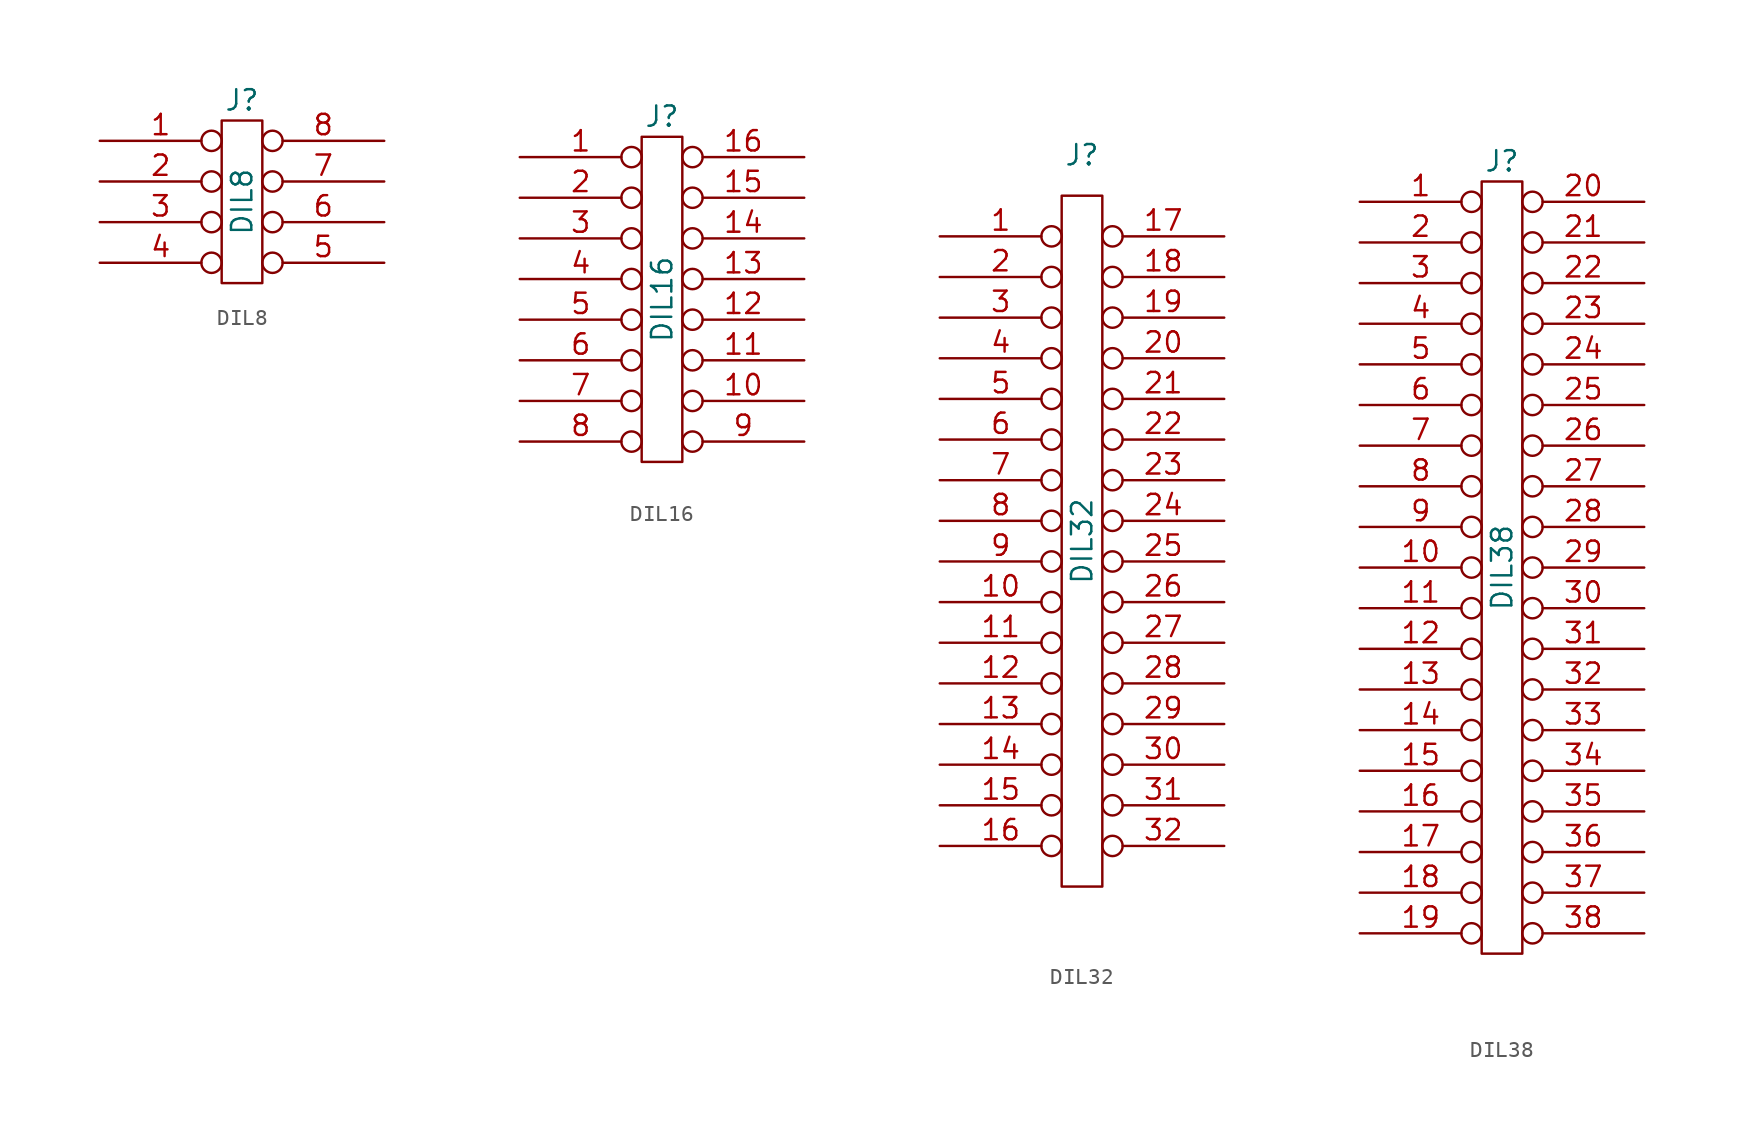
<source format=kicad_sym>
(kicad_symbol_lib
  (version 20211014)
  (generator kicad_symbol_editor)
  (symbol "DIL8"
    (pin_names
      (offset 1.016) hide)
    (property "Reference" "J"
      (at 0 6.35 0)
      (effects (font (size 1.27 1.27))))
    (property "Value" "DIL8"
      (at 0 0 90)
      (effects (font (size 1.27 1.27))))
    (symbol "DIL8_0_1"
      (rectangle (start -1.27 5.08) (end 1.27 -5.08) (stroke (width 0) (type default) (color 0 0 0 0)) (fill (type none))))
    (symbol "DIL8_1_1"
      (pin passive inverted (at -8.89 3.81 0) (length 7.62) (name "P1" (effects (font (size 1.27 1.27)))) (number "1" (effects (font (size 1.27 1.27)))))
      (pin passive inverted (at -8.89 1.27 0) (length 7.62) (name "P2" (effects (font (size 1.27 1.27)))) (number "2" (effects (font (size 1.27 1.27)))))
      (pin passive inverted (at -8.89 -1.27 0) (length 7.62) (name "P3" (effects (font (size 1.27 1.27)))) (number "3" (effects (font (size 1.27 1.27)))))
      (pin passive inverted (at -8.89 -3.81 0) (length 7.62) (name "P4" (effects (font (size 1.27 1.27)))) (number "4" (effects (font (size 1.27 1.27)))))
      (pin passive inverted (at 8.89 -3.81 180) (length 7.62) (name "P5" (effects (font (size 1.27 1.27)))) (number "5" (effects (font (size 1.27 1.27)))))
      (pin passive inverted (at 8.89 -1.27 180) (length 7.62) (name "P6" (effects (font (size 1.27 1.27)))) (number "6" (effects (font (size 1.27 1.27)))))
      (pin passive inverted (at 8.89 1.27 180) (length 7.62) (name "P7" (effects (font (size 1.27 1.27)))) (number "7" (effects (font (size 1.27 1.27)))))
      (pin passive inverted (at 8.89 3.81 180) (length 7.62) (name "P8" (effects (font (size 1.27 1.27)))) (number "8" (effects (font (size 1.27 1.27)))))))
  (symbol "DIL16"
    (pin_names
      (offset 1.016) hide)
    (property "Reference" "J"
      (at 0 11.43 0)
      (effects (font (size 1.27 1.27))))
    (property "Value" "DIL16"
      (at 0 0 90)
      (effects (font (size 1.27 1.27))))
    (symbol "DIL16_0_1"
      (rectangle (start -1.27 10.16) (end 1.27 -10.16) (stroke (width 0) (type default) (color 0 0 0 0)) (fill (type none))))
    (symbol "DIL16_1_1"
      (pin passive inverted (at -8.89 8.89 0) (length 7.62) (name "1" (effects (font (size 1.27 1.27)))) (number "1" (effects (font (size 1.27 1.27)))))
      (pin passive inverted (at 8.89 -6.35 180) (length 7.62) (name "10" (effects (font (size 1.27 1.27)))) (number "10" (effects (font (size 1.27 1.27)))))
      (pin passive inverted (at 8.89 -3.81 180) (length 7.62) (name "11" (effects (font (size 1.27 1.27)))) (number "11" (effects (font (size 1.27 1.27)))))
      (pin passive inverted (at 8.89 -1.27 180) (length 7.62) (name "12" (effects (font (size 1.27 1.27)))) (number "12" (effects (font (size 1.27 1.27)))))
      (pin passive inverted (at 8.89 1.27 180) (length 7.62) (name "13" (effects (font (size 1.27 1.27)))) (number "13" (effects (font (size 1.27 1.27)))))
      (pin passive inverted (at 8.89 3.81 180) (length 7.62) (name "14" (effects (font (size 1.27 1.27)))) (number "14" (effects (font (size 1.27 1.27)))))
      (pin passive inverted (at 8.89 6.35 180) (length 7.62) (name "15" (effects (font (size 1.27 1.27)))) (number "15" (effects (font (size 1.27 1.27)))))
      (pin passive inverted (at 8.89 8.89 180) (length 7.62) (name "16" (effects (font (size 1.27 1.27)))) (number "16" (effects (font (size 1.27 1.27)))))
      (pin passive inverted (at -8.89 6.35 0) (length 7.62) (name "2" (effects (font (size 1.27 1.27)))) (number "2" (effects (font (size 1.27 1.27)))))
      (pin passive inverted (at -8.89 3.81 0) (length 7.62) (name "3" (effects (font (size 1.27 1.27)))) (number "3" (effects (font (size 1.27 1.27)))))
      (pin passive inverted (at -8.89 1.27 0) (length 7.62) (name "4" (effects (font (size 1.27 1.27)))) (number "4" (effects (font (size 1.27 1.27)))))
      (pin passive inverted (at -8.89 -1.27 0) (length 7.62) (name "5" (effects (font (size 1.27 1.27)))) (number "5" (effects (font (size 1.27 1.27)))))
      (pin passive inverted (at -8.89 -3.81 0) (length 7.62) (name "6" (effects (font (size 1.27 1.27)))) (number "6" (effects (font (size 1.27 1.27)))))
      (pin passive inverted (at -8.89 -6.35 0) (length 7.62) (name "7" (effects (font (size 1.27 1.27)))) (number "7" (effects (font (size 1.27 1.27)))))
      (pin passive inverted (at -8.89 -8.89 0) (length 7.62) (name "8" (effects (font (size 1.27 1.27)))) (number "8" (effects (font (size 1.27 1.27)))))
      (pin passive inverted (at 8.89 -8.89 180) (length 7.62) (name "9" (effects (font (size 1.27 1.27)))) (number "9" (effects (font (size 1.27 1.27)))))))
  (symbol "DIL32"
    (pin_names
      (offset 1.016) hide)
    (property "Reference" "J"
      (at 0 24.13 0)
      (effects (font (size 1.27 1.27))))
    (property "Value" "DIL32"
      (at 0 0 90)
      (effects (font (size 1.27 1.27))))
    (symbol "DIL32_0_1"
      (rectangle (start -1.27 21.59) (end 1.27 -21.59) (stroke (width 0) (type default) (color 0 0 0 0)) (fill (type none))))
    (symbol "DIL32_1_1"
      (pin passive inverted (at -8.89 19.05 0) (length 7.62) (name "P1" (effects (font (size 1.27 1.27)))) (number "1" (effects (font (size 1.27 1.27)))))
      (pin passive inverted (at -8.89 -3.81 0) (length 7.62) (name "P10" (effects (font (size 1.27 1.27)))) (number "10" (effects (font (size 1.27 1.27)))))
      (pin passive inverted (at -8.89 -6.35 0) (length 7.62) (name "P11" (effects (font (size 1.27 1.27)))) (number "11" (effects (font (size 1.27 1.27)))))
      (pin passive inverted (at -8.89 -8.89 0) (length 7.62) (name "P12" (effects (font (size 1.27 1.27)))) (number "12" (effects (font (size 1.27 1.27)))))
      (pin passive inverted (at -8.89 -11.43 0) (length 7.62) (name "P13" (effects (font (size 1.27 1.27)))) (number "13" (effects (font (size 1.27 1.27)))))
      (pin passive inverted (at -8.89 -13.97 0) (length 7.62) (name "P14" (effects (font (size 1.27 1.27)))) (number "14" (effects (font (size 1.27 1.27)))))
      (pin passive inverted (at -8.89 -16.51 0) (length 7.62) (name "P15" (effects (font (size 1.27 1.27)))) (number "15" (effects (font (size 1.27 1.27)))))
      (pin passive inverted (at -8.89 -19.05 0) (length 7.62) (name "P16" (effects (font (size 1.27 1.27)))) (number "16" (effects (font (size 1.27 1.27)))))
      (pin passive inverted (at 8.89 19.05 180) (length 7.62) (name "P17" (effects (font (size 1.27 1.27)))) (number "17" (effects (font (size 1.27 1.27)))))
      (pin passive inverted (at 8.89 16.51 180) (length 7.62) (name "P18" (effects (font (size 1.27 1.27)))) (number "18" (effects (font (size 1.27 1.27)))))
      (pin passive inverted (at 8.89 13.97 180) (length 7.62) (name "P19" (effects (font (size 1.27 1.27)))) (number "19" (effects (font (size 1.27 1.27)))))
      (pin passive inverted (at -8.89 16.51 0) (length 7.62) (name "P2" (effects (font (size 1.27 1.27)))) (number "2" (effects (font (size 1.27 1.27)))))
      (pin passive inverted (at 8.89 11.43 180) (length 7.62) (name "P20" (effects (font (size 1.27 1.27)))) (number "20" (effects (font (size 1.27 1.27)))))
      (pin passive inverted (at 8.89 8.89 180) (length 7.62) (name "P21" (effects (font (size 1.27 1.27)))) (number "21" (effects (font (size 1.27 1.27)))))
      (pin passive inverted (at 8.89 6.35 180) (length 7.62) (name "P22" (effects (font (size 1.27 1.27)))) (number "22" (effects (font (size 1.27 1.27)))))
      (pin passive inverted (at 8.89 3.81 180) (length 7.62) (name "P23" (effects (font (size 1.27 1.27)))) (number "23" (effects (font (size 1.27 1.27)))))
      (pin passive inverted (at 8.89 1.27 180) (length 7.62) (name "P24" (effects (font (size 1.27 1.27)))) (number "24" (effects (font (size 1.27 1.27)))))
      (pin passive inverted (at 8.89 -1.27 180) (length 7.62) (name "P25" (effects (font (size 1.27 1.27)))) (number "25" (effects (font (size 1.27 1.27)))))
      (pin passive inverted (at 8.89 -3.81 180) (length 7.62) (name "P26" (effects (font (size 1.27 1.27)))) (number "26" (effects (font (size 1.27 1.27)))))
      (pin passive inverted (at 8.89 -6.35 180) (length 7.62) (name "P27" (effects (font (size 1.27 1.27)))) (number "27" (effects (font (size 1.27 1.27)))))
      (pin passive inverted (at 8.89 -8.89 180) (length 7.62) (name "P28" (effects (font (size 1.27 1.27)))) (number "28" (effects (font (size 1.27 1.27)))))
      (pin passive inverted (at 8.89 -11.43 180) (length 7.62) (name "P29" (effects (font (size 1.27 1.27)))) (number "29" (effects (font (size 1.27 1.27)))))
      (pin passive inverted (at -8.89 13.97 0) (length 7.62) (name "P3" (effects (font (size 1.27 1.27)))) (number "3" (effects (font (size 1.27 1.27)))))
      (pin passive inverted (at 8.89 -13.97 180) (length 7.62) (name "P30" (effects (font (size 1.27 1.27)))) (number "30" (effects (font (size 1.27 1.27)))))
      (pin passive inverted (at 8.89 -16.51 180) (length 7.62) (name "P31" (effects (font (size 1.27 1.27)))) (number "31" (effects (font (size 1.27 1.27)))))
      (pin passive inverted (at 8.89 -19.05 180) (length 7.62) (name "P32" (effects (font (size 1.27 1.27)))) (number "32" (effects (font (size 1.27 1.27)))))
      (pin passive inverted (at -8.89 11.43 0) (length 7.62) (name "P4" (effects (font (size 1.27 1.27)))) (number "4" (effects (font (size 1.27 1.27)))))
      (pin passive inverted (at -8.89 8.89 0) (length 7.62) (name "P5" (effects (font (size 1.27 1.27)))) (number "5" (effects (font (size 1.27 1.27)))))
      (pin passive inverted (at -8.89 6.35 0) (length 7.62) (name "P6" (effects (font (size 1.27 1.27)))) (number "6" (effects (font (size 1.27 1.27)))))
      (pin passive inverted (at -8.89 3.81 0) (length 7.62) (name "P7" (effects (font (size 1.27 1.27)))) (number "7" (effects (font (size 1.27 1.27)))))
      (pin passive inverted (at -8.89 1.27 0) (length 7.62) (name "P8" (effects (font (size 1.27 1.27)))) (number "8" (effects (font (size 1.27 1.27)))))
      (pin passive inverted (at -8.89 -1.27 0) (length 7.62) (name "P9" (effects (font (size 1.27 1.27)))) (number "9" (effects (font (size 1.27 1.27)))))))
  (symbol "DIL38"
    (pin_names
      (offset 1.016) hide)
    (property "Reference" "J"
      (at 0 25.4 0)
      (effects (font (size 1.27 1.27))))
    (property "Value" "DIL38"
      (at 0 0 90)
      (effects (font (size 1.27 1.27))))
    (symbol "DIL38_0_1"
      (rectangle (start -1.27 24.13) (end 1.27 -24.13) (stroke (width 0) (type default) (color 0 0 0 0)) (fill (type none))))
    (symbol "DIL38_1_1"
      (pin passive inverted (at -8.89 22.86 0) (length 7.62) (name "P1" (effects (font (size 1.27 1.27)))) (number "1" (effects (font (size 1.27 1.27)))))
      (pin passive inverted (at -8.89 0 0) (length 7.62) (name "P10" (effects (font (size 1.27 1.27)))) (number "10" (effects (font (size 1.27 1.27)))))
      (pin passive inverted (at -8.89 -2.54 0) (length 7.62) (name "P11" (effects (font (size 1.27 1.27)))) (number "11" (effects (font (size 1.27 1.27)))))
      (pin passive inverted (at -8.89 -5.08 0) (length 7.62) (name "P12" (effects (font (size 1.27 1.27)))) (number "12" (effects (font (size 1.27 1.27)))))
      (pin passive inverted (at -8.89 -7.62 0) (length 7.62) (name "P13" (effects (font (size 1.27 1.27)))) (number "13" (effects (font (size 1.27 1.27)))))
      (pin passive inverted (at -8.89 -10.16 0) (length 7.62) (name "P14" (effects (font (size 1.27 1.27)))) (number "14" (effects (font (size 1.27 1.27)))))
      (pin passive inverted (at -8.89 -12.7 0) (length 7.62) (name "P15" (effects (font (size 1.27 1.27)))) (number "15" (effects (font (size 1.27 1.27)))))
      (pin passive inverted (at -8.89 -15.24 0) (length 7.62) (name "P16" (effects (font (size 1.27 1.27)))) (number "16" (effects (font (size 1.27 1.27)))))
      (pin passive inverted (at -8.89 -17.78 0) (length 7.62) (name "P17" (effects (font (size 1.27 1.27)))) (number "17" (effects (font (size 1.27 1.27)))))
      (pin passive inverted (at -8.89 -20.32 0) (length 7.62) (name "P18" (effects (font (size 1.27 1.27)))) (number "18" (effects (font (size 1.27 1.27)))))
      (pin passive inverted (at -8.89 -22.86 0) (length 7.62) (name "P19" (effects (font (size 1.27 1.27)))) (number "19" (effects (font (size 1.27 1.27)))))
      (pin passive inverted (at -8.89 20.32 0) (length 7.62) (name "P2" (effects (font (size 1.27 1.27)))) (number "2" (effects (font (size 1.27 1.27)))))
      (pin passive inverted (at 8.89 22.86 180) (length 7.62) (name "P20" (effects (font (size 1.27 1.27)))) (number "20" (effects (font (size 1.27 1.27)))))
      (pin passive inverted (at 8.89 20.32 180) (length 7.62) (name "P21" (effects (font (size 1.27 1.27)))) (number "21" (effects (font (size 1.27 1.27)))))
      (pin passive inverted (at 8.89 17.78 180) (length 7.62) (name "P22" (effects (font (size 1.27 1.27)))) (number "22" (effects (font (size 1.27 1.27)))))
      (pin passive inverted (at 8.89 15.24 180) (length 7.62) (name "P23" (effects (font (size 1.27 1.27)))) (number "23" (effects (font (size 1.27 1.27)))))
      (pin passive inverted (at 8.89 12.7 180) (length 7.62) (name "P24" (effects (font (size 1.27 1.27)))) (number "24" (effects (font (size 1.27 1.27)))))
      (pin passive inverted (at 8.89 10.16 180) (length 7.62) (name "P25" (effects (font (size 1.27 1.27)))) (number "25" (effects (font (size 1.27 1.27)))))
      (pin passive inverted (at 8.89 7.62 180) (length 7.62) (name "P26" (effects (font (size 1.27 1.27)))) (number "26" (effects (font (size 1.27 1.27)))))
      (pin passive inverted (at 8.89 5.08 180) (length 7.62) (name "P27" (effects (font (size 1.27 1.27)))) (number "27" (effects (font (size 1.27 1.27)))))
      (pin passive inverted (at 8.89 2.54 180) (length 7.62) (name "P28" (effects (font (size 1.27 1.27)))) (number "28" (effects (font (size 1.27 1.27)))))
      (pin passive inverted (at 8.89 0 180) (length 7.62) (name "P29" (effects (font (size 1.27 1.27)))) (number "29" (effects (font (size 1.27 1.27)))))
      (pin passive inverted (at -8.89 17.78 0) (length 7.62) (name "P3" (effects (font (size 1.27 1.27)))) (number "3" (effects (font (size 1.27 1.27)))))
      (pin passive inverted (at 8.89 -2.54 180) (length 7.62) (name "P30" (effects (font (size 1.27 1.27)))) (number "30" (effects (font (size 1.27 1.27)))))
      (pin passive inverted (at 8.89 -5.08 180) (length 7.62) (name "P31" (effects (font (size 1.27 1.27)))) (number "31" (effects (font (size 1.27 1.27)))))
      (pin passive inverted (at 8.89 -7.62 180) (length 7.62) (name "P32" (effects (font (size 1.27 1.27)))) (number "32" (effects (font (size 1.27 1.27)))))
      (pin passive inverted (at 8.89 -10.16 180) (length 7.62) (name "P33" (effects (font (size 1.27 1.27)))) (number "33" (effects (font (size 1.27 1.27)))))
      (pin passive inverted (at 8.89 -12.7 180) (length 7.62) (name "P34" (effects (font (size 1.27 1.27)))) (number "34" (effects (font (size 1.27 1.27)))))
      (pin passive inverted (at 8.89 -15.24 180) (length 7.62) (name "P35" (effects (font (size 1.27 1.27)))) (number "35" (effects (font (size 1.27 1.27)))))
      (pin passive inverted (at 8.89 -17.78 180) (length 7.62) (name "P36" (effects (font (size 1.27 1.27)))) (number "36" (effects (font (size 1.27 1.27)))))
      (pin passive inverted (at 8.89 -20.32 180) (length 7.62) (name "P37" (effects (font (size 1.27 1.27)))) (number "37" (effects (font (size 1.27 1.27)))))
      (pin passive inverted (at 8.89 -22.86 180) (length 7.62) (name "P38" (effects (font (size 1.27 1.27)))) (number "38" (effects (font (size 1.27 1.27)))))
      (pin passive inverted (at -8.89 15.24 0) (length 7.62) (name "P4" (effects (font (size 1.27 1.27)))) (number "4" (effects (font (size 1.27 1.27)))))
      (pin passive inverted (at -8.89 12.7 0) (length 7.62) (name "P5" (effects (font (size 1.27 1.27)))) (number "5" (effects (font (size 1.27 1.27)))))
      (pin passive inverted (at -8.89 10.16 0) (length 7.62) (name "P6" (effects (font (size 1.27 1.27)))) (number "6" (effects (font (size 1.27 1.27)))))
      (pin passive inverted (at -8.89 7.62 0) (length 7.62) (name "P7" (effects (font (size 1.27 1.27)))) (number "7" (effects (font (size 1.27 1.27)))))
      (pin passive inverted (at -8.89 5.08 0) (length 7.62) (name "P8" (effects (font (size 1.27 1.27)))) (number "8" (effects (font (size 1.27 1.27)))))
      (pin passive inverted (at -8.89 2.54 0) (length 7.62) (name "P9" (effects (font (size 1.27 1.27)))) (number "9" (effects (font (size 1.27 1.27))))))))
</source>
